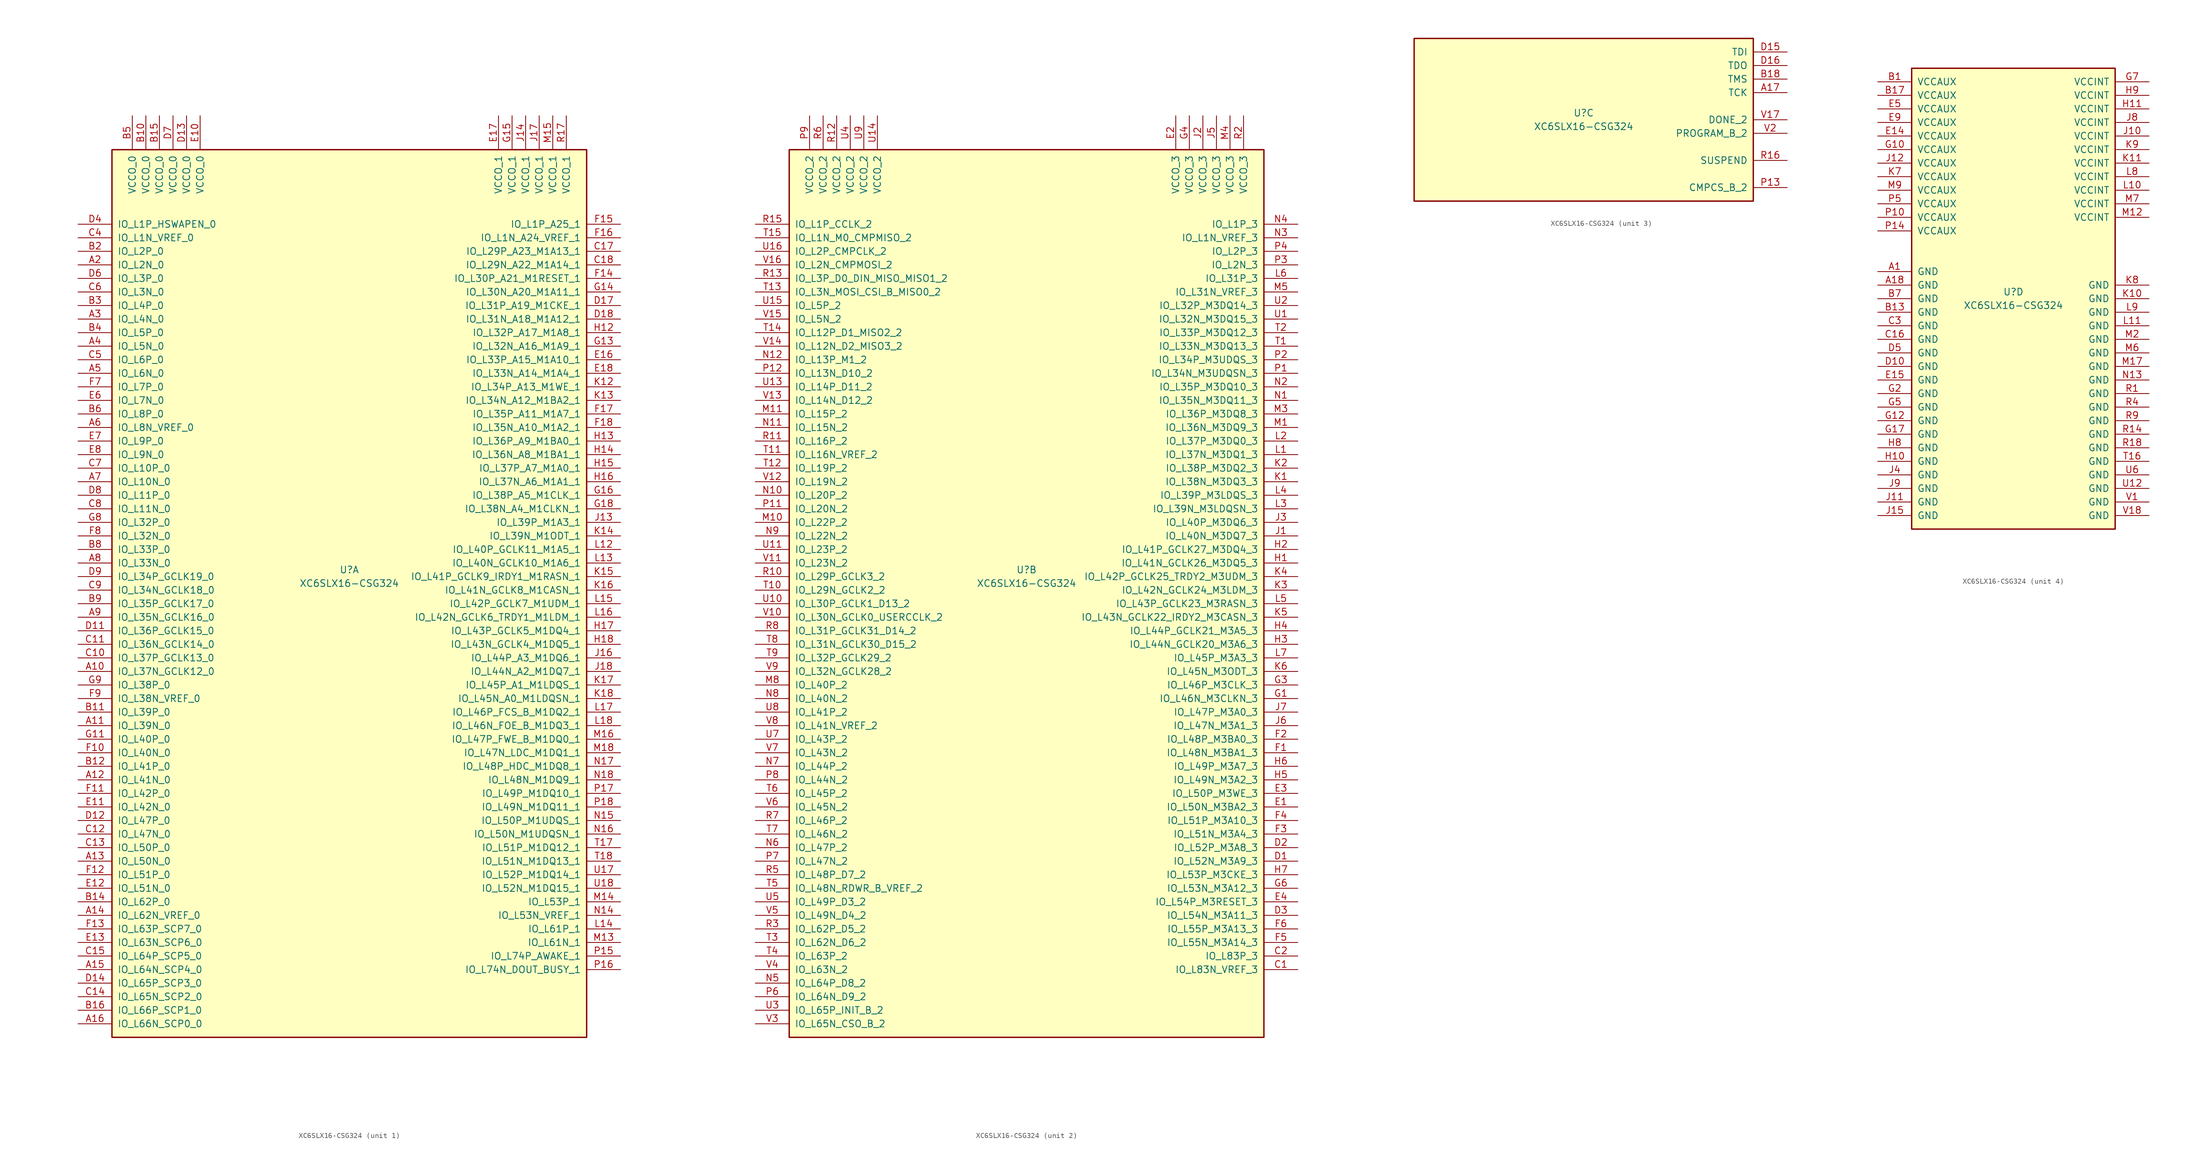
<source format=kicad_sym>
(kicad_symbol_lib
  (version 20201005)
  (generator kicad_symbol_editor)
  (symbol "XC6SLX16-CSG324"
    (pin_names
      (offset 1.016))
    (property "Reference" "U"
      (at 0 1.27 0)
      (effects (font (size 1.27 1.27))))
    (property "Value" "XC6SLX16-CSG324"
      (at 0 -1.27 0)
      (effects (font (size 1.27 1.27))))
    (property "Datasheet" ""
      (at 0 0 0)
      (effects (font (size 1.27 1.27))))
    (property "ki_locked" ""
      (at 0 0 0)
      (effects (font (size 1.27 1.27))))
    (symbol "XC6SLX16-CSG324_1_1"
      (rectangle (start -44.45 80.01) (end 44.45 -86.36) (stroke (width 0.254)) (fill (type background)))
      (pin bidirectional line (at -50.8 -17.78 0) (length 6.35) (name "IO_L37N_GCLK12_0" (effects (font (size 1.27 1.27)))) (number "A10" (effects (font (size 1.27 1.27)))))
      (pin bidirectional line (at -50.8 -27.94 0) (length 6.35) (name "IO_L39N_0" (effects (font (size 1.27 1.27)))) (number "A11" (effects (font (size 1.27 1.27)))))
      (pin bidirectional line (at -50.8 -38.1 0) (length 6.35) (name "IO_L41N_0" (effects (font (size 1.27 1.27)))) (number "A12" (effects (font (size 1.27 1.27)))))
      (pin bidirectional line (at -50.8 -53.34 0) (length 6.35) (name "IO_L50N_0" (effects (font (size 1.27 1.27)))) (number "A13" (effects (font (size 1.27 1.27)))))
      (pin bidirectional line (at -50.8 -63.5 0) (length 6.35) (name "IO_L62N_VREF_0" (effects (font (size 1.27 1.27)))) (number "A14" (effects (font (size 1.27 1.27)))))
      (pin bidirectional line (at -50.8 -73.66 0) (length 6.35) (name "IO_L64N_SCP4_0" (effects (font (size 1.27 1.27)))) (number "A15" (effects (font (size 1.27 1.27)))))
      (pin bidirectional line (at -50.8 -83.82 0) (length 6.35) (name "IO_L66N_SCP0_0" (effects (font (size 1.27 1.27)))) (number "A16" (effects (font (size 1.27 1.27)))))
      (pin bidirectional line (at -50.8 58.42 0) (length 6.35) (name "IO_L2N_0" (effects (font (size 1.27 1.27)))) (number "A2" (effects (font (size 1.27 1.27)))))
      (pin bidirectional line (at -50.8 48.26 0) (length 6.35) (name "IO_L4N_0" (effects (font (size 1.27 1.27)))) (number "A3" (effects (font (size 1.27 1.27)))))
      (pin bidirectional line (at -50.8 43.18 0) (length 6.35) (name "IO_L5N_0" (effects (font (size 1.27 1.27)))) (number "A4" (effects (font (size 1.27 1.27)))))
      (pin bidirectional line (at -50.8 38.1 0) (length 6.35) (name "IO_L6N_0" (effects (font (size 1.27 1.27)))) (number "A5" (effects (font (size 1.27 1.27)))))
      (pin bidirectional line (at -50.8 27.94 0) (length 6.35) (name "IO_L8N_VREF_0" (effects (font (size 1.27 1.27)))) (number "A6" (effects (font (size 1.27 1.27)))))
      (pin bidirectional line (at -50.8 17.78 0) (length 6.35) (name "IO_L10N_0" (effects (font (size 1.27 1.27)))) (number "A7" (effects (font (size 1.27 1.27)))))
      (pin bidirectional line (at -50.8 2.54 0) (length 6.35) (name "IO_L33N_0" (effects (font (size 1.27 1.27)))) (number "A8" (effects (font (size 1.27 1.27)))))
      (pin bidirectional line (at -50.8 -7.62 0) (length 6.35) (name "IO_L35N_GCLK16_0" (effects (font (size 1.27 1.27)))) (number "A9" (effects (font (size 1.27 1.27)))))
      (pin power_in line (at -38.1 86.36 270) (length 6.35) (name "VCCO_0" (effects (font (size 1.27 1.27)))) (number "B10" (effects (font (size 1.27 1.27)))))
      (pin bidirectional line (at -50.8 -25.4 0) (length 6.35) (name "IO_L39P_0" (effects (font (size 1.27 1.27)))) (number "B11" (effects (font (size 1.27 1.27)))))
      (pin bidirectional line (at -50.8 -35.56 0) (length 6.35) (name "IO_L41P_0" (effects (font (size 1.27 1.27)))) (number "B12" (effects (font (size 1.27 1.27)))))
      (pin bidirectional line (at -50.8 -60.96 0) (length 6.35) (name "IO_L62P_0" (effects (font (size 1.27 1.27)))) (number "B14" (effects (font (size 1.27 1.27)))))
      (pin power_in line (at -35.56 86.36 270) (length 6.35) (name "VCCO_0" (effects (font (size 1.27 1.27)))) (number "B15" (effects (font (size 1.27 1.27)))))
      (pin bidirectional line (at -50.8 -81.28 0) (length 6.35) (name "IO_L66P_SCP1_0" (effects (font (size 1.27 1.27)))) (number "B16" (effects (font (size 1.27 1.27)))))
      (pin bidirectional line (at -50.8 60.96 0) (length 6.35) (name "IO_L2P_0" (effects (font (size 1.27 1.27)))) (number "B2" (effects (font (size 1.27 1.27)))))
      (pin bidirectional line (at -50.8 50.8 0) (length 6.35) (name "IO_L4P_0" (effects (font (size 1.27 1.27)))) (number "B3" (effects (font (size 1.27 1.27)))))
      (pin bidirectional line (at -50.8 45.72 0) (length 6.35) (name "IO_L5P_0" (effects (font (size 1.27 1.27)))) (number "B4" (effects (font (size 1.27 1.27)))))
      (pin power_in line (at -40.64 86.36 270) (length 6.35) (name "VCCO_0" (effects (font (size 1.27 1.27)))) (number "B5" (effects (font (size 1.27 1.27)))))
      (pin bidirectional line (at -50.8 30.48 0) (length 6.35) (name "IO_L8P_0" (effects (font (size 1.27 1.27)))) (number "B6" (effects (font (size 1.27 1.27)))))
      (pin bidirectional line (at -50.8 5.08 0) (length 6.35) (name "IO_L33P_0" (effects (font (size 1.27 1.27)))) (number "B8" (effects (font (size 1.27 1.27)))))
      (pin bidirectional line (at -50.8 -5.08 0) (length 6.35) (name "IO_L35P_GCLK17_0" (effects (font (size 1.27 1.27)))) (number "B9" (effects (font (size 1.27 1.27)))))
      (pin bidirectional line (at -50.8 -15.24 0) (length 6.35) (name "IO_L37P_GCLK13_0" (effects (font (size 1.27 1.27)))) (number "C10" (effects (font (size 1.27 1.27)))))
      (pin bidirectional line (at -50.8 -12.7 0) (length 6.35) (name "IO_L36N_GCLK14_0" (effects (font (size 1.27 1.27)))) (number "C11" (effects (font (size 1.27 1.27)))))
      (pin bidirectional line (at -50.8 -48.26 0) (length 6.35) (name "IO_L47N_0" (effects (font (size 1.27 1.27)))) (number "C12" (effects (font (size 1.27 1.27)))))
      (pin bidirectional line (at -50.8 -50.8 0) (length 6.35) (name "IO_L50P_0" (effects (font (size 1.27 1.27)))) (number "C13" (effects (font (size 1.27 1.27)))))
      (pin bidirectional line (at -50.8 -78.74 0) (length 6.35) (name "IO_L65N_SCP2_0" (effects (font (size 1.27 1.27)))) (number "C14" (effects (font (size 1.27 1.27)))))
      (pin bidirectional line (at -50.8 -71.12 0) (length 6.35) (name "IO_L64P_SCP5_0" (effects (font (size 1.27 1.27)))) (number "C15" (effects (font (size 1.27 1.27)))))
      (pin bidirectional line (at 50.8 60.96 180) (length 6.35) (name "IO_L29P_A23_M1A13_1" (effects (font (size 1.27 1.27)))) (number "C17" (effects (font (size 1.27 1.27)))))
      (pin bidirectional line (at 50.8 58.42 180) (length 6.35) (name "IO_L29N_A22_M1A14_1" (effects (font (size 1.27 1.27)))) (number "C18" (effects (font (size 1.27 1.27)))))
      (pin bidirectional line (at -50.8 63.5 0) (length 6.35) (name "IO_L1N_VREF_0" (effects (font (size 1.27 1.27)))) (number "C4" (effects (font (size 1.27 1.27)))))
      (pin bidirectional line (at -50.8 40.64 0) (length 6.35) (name "IO_L6P_0" (effects (font (size 1.27 1.27)))) (number "C5" (effects (font (size 1.27 1.27)))))
      (pin bidirectional line (at -50.8 53.34 0) (length 6.35) (name "IO_L3N_0" (effects (font (size 1.27 1.27)))) (number "C6" (effects (font (size 1.27 1.27)))))
      (pin bidirectional line (at -50.8 20.32 0) (length 6.35) (name "IO_L10P_0" (effects (font (size 1.27 1.27)))) (number "C7" (effects (font (size 1.27 1.27)))))
      (pin bidirectional line (at -50.8 12.7 0) (length 6.35) (name "IO_L11N_0" (effects (font (size 1.27 1.27)))) (number "C8" (effects (font (size 1.27 1.27)))))
      (pin bidirectional line (at -50.8 -2.54 0) (length 6.35) (name "IO_L34N_GCLK18_0" (effects (font (size 1.27 1.27)))) (number "C9" (effects (font (size 1.27 1.27)))))
      (pin bidirectional line (at -50.8 -10.16 0) (length 6.35) (name "IO_L36P_GCLK15_0" (effects (font (size 1.27 1.27)))) (number "D11" (effects (font (size 1.27 1.27)))))
      (pin bidirectional line (at -50.8 -45.72 0) (length 6.35) (name "IO_L47P_0" (effects (font (size 1.27 1.27)))) (number "D12" (effects (font (size 1.27 1.27)))))
      (pin power_in line (at -30.48 86.36 270) (length 6.35) (name "VCCO_0" (effects (font (size 1.27 1.27)))) (number "D13" (effects (font (size 1.27 1.27)))))
      (pin bidirectional line (at -50.8 -76.2 0) (length 6.35) (name "IO_L65P_SCP3_0" (effects (font (size 1.27 1.27)))) (number "D14" (effects (font (size 1.27 1.27)))))
      (pin bidirectional line (at 50.8 50.8 180) (length 6.35) (name "IO_L31P_A19_M1CKE_1" (effects (font (size 1.27 1.27)))) (number "D17" (effects (font (size 1.27 1.27)))))
      (pin bidirectional line (at 50.8 48.26 180) (length 6.35) (name "IO_L31N_A18_M1A12_1" (effects (font (size 1.27 1.27)))) (number "D18" (effects (font (size 1.27 1.27)))))
      (pin bidirectional line (at -50.8 66.04 0) (length 6.35) (name "IO_L1P_HSWAPEN_0" (effects (font (size 1.27 1.27)))) (number "D4" (effects (font (size 1.27 1.27)))))
      (pin bidirectional line (at -50.8 55.88 0) (length 6.35) (name "IO_L3P_0" (effects (font (size 1.27 1.27)))) (number "D6" (effects (font (size 1.27 1.27)))))
      (pin power_in line (at -33.02 86.36 270) (length 6.35) (name "VCCO_0" (effects (font (size 1.27 1.27)))) (number "D7" (effects (font (size 1.27 1.27)))))
      (pin bidirectional line (at -50.8 15.24 0) (length 6.35) (name "IO_L11P_0" (effects (font (size 1.27 1.27)))) (number "D8" (effects (font (size 1.27 1.27)))))
      (pin bidirectional line (at -50.8 0 0) (length 6.35) (name "IO_L34P_GCLK19_0" (effects (font (size 1.27 1.27)))) (number "D9" (effects (font (size 1.27 1.27)))))
      (pin power_in line (at -27.94 86.36 270) (length 6.35) (name "VCCO_0" (effects (font (size 1.27 1.27)))) (number "E10" (effects (font (size 1.27 1.27)))))
      (pin bidirectional line (at -50.8 -43.18 0) (length 6.35) (name "IO_L42N_0" (effects (font (size 1.27 1.27)))) (number "E11" (effects (font (size 1.27 1.27)))))
      (pin bidirectional line (at -50.8 -58.42 0) (length 6.35) (name "IO_L51N_0" (effects (font (size 1.27 1.27)))) (number "E12" (effects (font (size 1.27 1.27)))))
      (pin bidirectional line (at -50.8 -68.58 0) (length 6.35) (name "IO_L63N_SCP6_0" (effects (font (size 1.27 1.27)))) (number "E13" (effects (font (size 1.27 1.27)))))
      (pin bidirectional line (at 50.8 40.64 180) (length 6.35) (name "IO_L33P_A15_M1A10_1" (effects (font (size 1.27 1.27)))) (number "E16" (effects (font (size 1.27 1.27)))))
      (pin power_in line (at 27.94 86.36 270) (length 6.35) (name "VCCO_1" (effects (font (size 1.27 1.27)))) (number "E17" (effects (font (size 1.27 1.27)))))
      (pin bidirectional line (at 50.8 38.1 180) (length 6.35) (name "IO_L33N_A14_M1A4_1" (effects (font (size 1.27 1.27)))) (number "E18" (effects (font (size 1.27 1.27)))))
      (pin bidirectional line (at -50.8 33.02 0) (length 6.35) (name "IO_L7N_0" (effects (font (size 1.27 1.27)))) (number "E6" (effects (font (size 1.27 1.27)))))
      (pin bidirectional line (at -50.8 25.4 0) (length 6.35) (name "IO_L9P_0" (effects (font (size 1.27 1.27)))) (number "E7" (effects (font (size 1.27 1.27)))))
      (pin bidirectional line (at -50.8 22.86 0) (length 6.35) (name "IO_L9N_0" (effects (font (size 1.27 1.27)))) (number "E8" (effects (font (size 1.27 1.27)))))
      (pin bidirectional line (at -50.8 -33.02 0) (length 6.35) (name "IO_L40N_0" (effects (font (size 1.27 1.27)))) (number "F10" (effects (font (size 1.27 1.27)))))
      (pin bidirectional line (at -50.8 -40.64 0) (length 6.35) (name "IO_L42P_0" (effects (font (size 1.27 1.27)))) (number "F11" (effects (font (size 1.27 1.27)))))
      (pin bidirectional line (at -50.8 -55.88 0) (length 6.35) (name "IO_L51P_0" (effects (font (size 1.27 1.27)))) (number "F12" (effects (font (size 1.27 1.27)))))
      (pin bidirectional line (at -50.8 -66.04 0) (length 6.35) (name "IO_L63P_SCP7_0" (effects (font (size 1.27 1.27)))) (number "F13" (effects (font (size 1.27 1.27)))))
      (pin bidirectional line (at 50.8 55.88 180) (length 6.35) (name "IO_L30P_A21_M1RESET_1" (effects (font (size 1.27 1.27)))) (number "F14" (effects (font (size 1.27 1.27)))))
      (pin bidirectional line (at 50.8 66.04 180) (length 6.35) (name "IO_L1P_A25_1" (effects (font (size 1.27 1.27)))) (number "F15" (effects (font (size 1.27 1.27)))))
      (pin bidirectional line (at 50.8 63.5 180) (length 6.35) (name "IO_L1N_A24_VREF_1" (effects (font (size 1.27 1.27)))) (number "F16" (effects (font (size 1.27 1.27)))))
      (pin bidirectional line (at 50.8 30.48 180) (length 6.35) (name "IO_L35P_A11_M1A7_1" (effects (font (size 1.27 1.27)))) (number "F17" (effects (font (size 1.27 1.27)))))
      (pin bidirectional line (at 50.8 27.94 180) (length 6.35) (name "IO_L35N_A10_M1A2_1" (effects (font (size 1.27 1.27)))) (number "F18" (effects (font (size 1.27 1.27)))))
      (pin bidirectional line (at -50.8 35.56 0) (length 6.35) (name "IO_L7P_0" (effects (font (size 1.27 1.27)))) (number "F7" (effects (font (size 1.27 1.27)))))
      (pin bidirectional line (at -50.8 7.62 0) (length 6.35) (name "IO_L32N_0" (effects (font (size 1.27 1.27)))) (number "F8" (effects (font (size 1.27 1.27)))))
      (pin bidirectional line (at -50.8 -22.86 0) (length 6.35) (name "IO_L38N_VREF_0" (effects (font (size 1.27 1.27)))) (number "F9" (effects (font (size 1.27 1.27)))))
      (pin bidirectional line (at -50.8 -30.48 0) (length 6.35) (name "IO_L40P_0" (effects (font (size 1.27 1.27)))) (number "G11" (effects (font (size 1.27 1.27)))))
      (pin bidirectional line (at 50.8 43.18 180) (length 6.35) (name "IO_L32N_A16_M1A9_1" (effects (font (size 1.27 1.27)))) (number "G13" (effects (font (size 1.27 1.27)))))
      (pin bidirectional line (at 50.8 53.34 180) (length 6.35) (name "IO_L30N_A20_M1A11_1" (effects (font (size 1.27 1.27)))) (number "G14" (effects (font (size 1.27 1.27)))))
      (pin power_in line (at 30.48 86.36 270) (length 6.35) (name "VCCO_1" (effects (font (size 1.27 1.27)))) (number "G15" (effects (font (size 1.27 1.27)))))
      (pin bidirectional line (at 50.8 15.24 180) (length 6.35) (name "IO_L38P_A5_M1CLK_1" (effects (font (size 1.27 1.27)))) (number "G16" (effects (font (size 1.27 1.27)))))
      (pin bidirectional line (at 50.8 12.7 180) (length 6.35) (name "IO_L38N_A4_M1CLKN_1" (effects (font (size 1.27 1.27)))) (number "G18" (effects (font (size 1.27 1.27)))))
      (pin bidirectional line (at -50.8 10.16 0) (length 6.35) (name "IO_L32P_0" (effects (font (size 1.27 1.27)))) (number "G8" (effects (font (size 1.27 1.27)))))
      (pin bidirectional line (at -50.8 -20.32 0) (length 6.35) (name "IO_L38P_0" (effects (font (size 1.27 1.27)))) (number "G9" (effects (font (size 1.27 1.27)))))
      (pin bidirectional line (at 50.8 45.72 180) (length 6.35) (name "IO_L32P_A17_M1A8_1" (effects (font (size 1.27 1.27)))) (number "H12" (effects (font (size 1.27 1.27)))))
      (pin bidirectional line (at 50.8 25.4 180) (length 6.35) (name "IO_L36P_A9_M1BA0_1" (effects (font (size 1.27 1.27)))) (number "H13" (effects (font (size 1.27 1.27)))))
      (pin bidirectional line (at 50.8 22.86 180) (length 6.35) (name "IO_L36N_A8_M1BA1_1" (effects (font (size 1.27 1.27)))) (number "H14" (effects (font (size 1.27 1.27)))))
      (pin bidirectional line (at 50.8 20.32 180) (length 6.35) (name "IO_L37P_A7_M1A0_1" (effects (font (size 1.27 1.27)))) (number "H15" (effects (font (size 1.27 1.27)))))
      (pin bidirectional line (at 50.8 17.78 180) (length 6.35) (name "IO_L37N_A6_M1A1_1" (effects (font (size 1.27 1.27)))) (number "H16" (effects (font (size 1.27 1.27)))))
      (pin bidirectional line (at 50.8 -10.16 180) (length 6.35) (name "IO_L43P_GCLK5_M1DQ4_1" (effects (font (size 1.27 1.27)))) (number "H17" (effects (font (size 1.27 1.27)))))
      (pin bidirectional line (at 50.8 -12.7 180) (length 6.35) (name "IO_L43N_GCLK4_M1DQ5_1" (effects (font (size 1.27 1.27)))) (number "H18" (effects (font (size 1.27 1.27)))))
      (pin bidirectional line (at 50.8 10.16 180) (length 6.35) (name "IO_L39P_M1A3_1" (effects (font (size 1.27 1.27)))) (number "J13" (effects (font (size 1.27 1.27)))))
      (pin power_in line (at 33.02 86.36 270) (length 6.35) (name "VCCO_1" (effects (font (size 1.27 1.27)))) (number "J14" (effects (font (size 1.27 1.27)))))
      (pin bidirectional line (at 50.8 -15.24 180) (length 6.35) (name "IO_L44P_A3_M1DQ6_1" (effects (font (size 1.27 1.27)))) (number "J16" (effects (font (size 1.27 1.27)))))
      (pin power_in line (at 35.56 86.36 270) (length 6.35) (name "VCCO_1" (effects (font (size 1.27 1.27)))) (number "J17" (effects (font (size 1.27 1.27)))))
      (pin bidirectional line (at 50.8 -17.78 180) (length 6.35) (name "IO_L44N_A2_M1DQ7_1" (effects (font (size 1.27 1.27)))) (number "J18" (effects (font (size 1.27 1.27)))))
      (pin bidirectional line (at 50.8 35.56 180) (length 6.35) (name "IO_L34P_A13_M1WE_1" (effects (font (size 1.27 1.27)))) (number "K12" (effects (font (size 1.27 1.27)))))
      (pin bidirectional line (at 50.8 33.02 180) (length 6.35) (name "IO_L34N_A12_M1BA2_1" (effects (font (size 1.27 1.27)))) (number "K13" (effects (font (size 1.27 1.27)))))
      (pin bidirectional line (at 50.8 7.62 180) (length 6.35) (name "IO_L39N_M1ODT_1" (effects (font (size 1.27 1.27)))) (number "K14" (effects (font (size 1.27 1.27)))))
      (pin bidirectional line (at 50.8 0 180) (length 6.35) (name "IO_L41P_GCLK9_IRDY1_M1RASN_1" (effects (font (size 1.27 1.27)))) (number "K15" (effects (font (size 1.27 1.27)))))
      (pin bidirectional line (at 50.8 -2.54 180) (length 6.35) (name "IO_L41N_GCLK8_M1CASN_1" (effects (font (size 1.27 1.27)))) (number "K16" (effects (font (size 1.27 1.27)))))
      (pin bidirectional line (at 50.8 -20.32 180) (length 6.35) (name "IO_L45P_A1_M1LDQS_1" (effects (font (size 1.27 1.27)))) (number "K17" (effects (font (size 1.27 1.27)))))
      (pin bidirectional line (at 50.8 -22.86 180) (length 6.35) (name "IO_L45N_A0_M1LDQSN_1" (effects (font (size 1.27 1.27)))) (number "K18" (effects (font (size 1.27 1.27)))))
      (pin bidirectional line (at 50.8 5.08 180) (length 6.35) (name "IO_L40P_GCLK11_M1A5_1" (effects (font (size 1.27 1.27)))) (number "L12" (effects (font (size 1.27 1.27)))))
      (pin bidirectional line (at 50.8 2.54 180) (length 6.35) (name "IO_L40N_GCLK10_M1A6_1" (effects (font (size 1.27 1.27)))) (number "L13" (effects (font (size 1.27 1.27)))))
      (pin bidirectional line (at 50.8 -66.04 180) (length 6.35) (name "IO_L61P_1" (effects (font (size 1.27 1.27)))) (number "L14" (effects (font (size 1.27 1.27)))))
      (pin bidirectional line (at 50.8 -5.08 180) (length 6.35) (name "IO_L42P_GCLK7_M1UDM_1" (effects (font (size 1.27 1.27)))) (number "L15" (effects (font (size 1.27 1.27)))))
      (pin bidirectional line (at 50.8 -7.62 180) (length 6.35) (name "IO_L42N_GCLK6_TRDY1_M1LDM_1" (effects (font (size 1.27 1.27)))) (number "L16" (effects (font (size 1.27 1.27)))))
      (pin bidirectional line (at 50.8 -25.4 180) (length 6.35) (name "IO_L46P_FCS_B_M1DQ2_1" (effects (font (size 1.27 1.27)))) (number "L17" (effects (font (size 1.27 1.27)))))
      (pin bidirectional line (at 50.8 -27.94 180) (length 6.35) (name "IO_L46N_FOE_B_M1DQ3_1" (effects (font (size 1.27 1.27)))) (number "L18" (effects (font (size 1.27 1.27)))))
      (pin bidirectional line (at 50.8 -68.58 180) (length 6.35) (name "IO_L61N_1" (effects (font (size 1.27 1.27)))) (number "M13" (effects (font (size 1.27 1.27)))))
      (pin bidirectional line (at 50.8 -60.96 180) (length 6.35) (name "IO_L53P_1" (effects (font (size 1.27 1.27)))) (number "M14" (effects (font (size 1.27 1.27)))))
      (pin power_in line (at 38.1 86.36 270) (length 6.35) (name "VCCO_1" (effects (font (size 1.27 1.27)))) (number "M15" (effects (font (size 1.27 1.27)))))
      (pin bidirectional line (at 50.8 -30.48 180) (length 6.35) (name "IO_L47P_FWE_B_M1DQ0_1" (effects (font (size 1.27 1.27)))) (number "M16" (effects (font (size 1.27 1.27)))))
      (pin bidirectional line (at 50.8 -33.02 180) (length 6.35) (name "IO_L47N_LDC_M1DQ1_1" (effects (font (size 1.27 1.27)))) (number "M18" (effects (font (size 1.27 1.27)))))
      (pin bidirectional line (at 50.8 -63.5 180) (length 6.35) (name "IO_L53N_VREF_1" (effects (font (size 1.27 1.27)))) (number "N14" (effects (font (size 1.27 1.27)))))
      (pin bidirectional line (at 50.8 -45.72 180) (length 6.35) (name "IO_L50P_M1UDQS_1" (effects (font (size 1.27 1.27)))) (number "N15" (effects (font (size 1.27 1.27)))))
      (pin bidirectional line (at 50.8 -48.26 180) (length 6.35) (name "IO_L50N_M1UDQSN_1" (effects (font (size 1.27 1.27)))) (number "N16" (effects (font (size 1.27 1.27)))))
      (pin bidirectional line (at 50.8 -35.56 180) (length 6.35) (name "IO_L48P_HDC_M1DQ8_1" (effects (font (size 1.27 1.27)))) (number "N17" (effects (font (size 1.27 1.27)))))
      (pin bidirectional line (at 50.8 -38.1 180) (length 6.35) (name "IO_L48N_M1DQ9_1" (effects (font (size 1.27 1.27)))) (number "N18" (effects (font (size 1.27 1.27)))))
      (pin bidirectional line (at 50.8 -71.12 180) (length 6.35) (name "IO_L74P_AWAKE_1" (effects (font (size 1.27 1.27)))) (number "P15" (effects (font (size 1.27 1.27)))))
      (pin bidirectional line (at 50.8 -73.66 180) (length 6.35) (name "IO_L74N_DOUT_BUSY_1" (effects (font (size 1.27 1.27)))) (number "P16" (effects (font (size 1.27 1.27)))))
      (pin bidirectional line (at 50.8 -40.64 180) (length 6.35) (name "IO_L49P_M1DQ10_1" (effects (font (size 1.27 1.27)))) (number "P17" (effects (font (size 1.27 1.27)))))
      (pin bidirectional line (at 50.8 -43.18 180) (length 6.35) (name "IO_L49N_M1DQ11_1" (effects (font (size 1.27 1.27)))) (number "P18" (effects (font (size 1.27 1.27)))))
      (pin power_in line (at 40.64 86.36 270) (length 6.35) (name "VCCO_1" (effects (font (size 1.27 1.27)))) (number "R17" (effects (font (size 1.27 1.27)))))
      (pin bidirectional line (at 50.8 -50.8 180) (length 6.35) (name "IO_L51P_M1DQ12_1" (effects (font (size 1.27 1.27)))) (number "T17" (effects (font (size 1.27 1.27)))))
      (pin bidirectional line (at 50.8 -53.34 180) (length 6.35) (name "IO_L51N_M1DQ13_1" (effects (font (size 1.27 1.27)))) (number "T18" (effects (font (size 1.27 1.27)))))
      (pin bidirectional line (at 50.8 -55.88 180) (length 6.35) (name "IO_L52P_M1DQ14_1" (effects (font (size 1.27 1.27)))) (number "U17" (effects (font (size 1.27 1.27)))))
      (pin bidirectional line (at 50.8 -58.42 180) (length 6.35) (name "IO_L52N_M1DQ15_1" (effects (font (size 1.27 1.27)))) (number "U18" (effects (font (size 1.27 1.27))))))
    (symbol "XC6SLX16-CSG324_2_1"
      (rectangle (start -44.45 80.01) (end 44.45 -86.36) (stroke (width 0.254)) (fill (type background)))
      (pin bidirectional line (at 50.8 -73.66 180) (length 6.35) (name "IO_L83N_VREF_3" (effects (font (size 1.27 1.27)))) (number "C1" (effects (font (size 1.27 1.27)))))
      (pin bidirectional line (at 50.8 -71.12 180) (length 6.35) (name "IO_L83P_3" (effects (font (size 1.27 1.27)))) (number "C2" (effects (font (size 1.27 1.27)))))
      (pin bidirectional line (at 50.8 -53.34 180) (length 6.35) (name "IO_L52N_M3A9_3" (effects (font (size 1.27 1.27)))) (number "D1" (effects (font (size 1.27 1.27)))))
      (pin bidirectional line (at 50.8 -50.8 180) (length 6.35) (name "IO_L52P_M3A8_3" (effects (font (size 1.27 1.27)))) (number "D2" (effects (font (size 1.27 1.27)))))
      (pin bidirectional line (at 50.8 -63.5 180) (length 6.35) (name "IO_L54N_M3A11_3" (effects (font (size 1.27 1.27)))) (number "D3" (effects (font (size 1.27 1.27)))))
      (pin bidirectional line (at 50.8 -43.18 180) (length 6.35) (name "IO_L50N_M3BA2_3" (effects (font (size 1.27 1.27)))) (number "E1" (effects (font (size 1.27 1.27)))))
      (pin power_in line (at 27.94 86.36 270) (length 6.35) (name "VCCO_3" (effects (font (size 1.27 1.27)))) (number "E2" (effects (font (size 1.27 1.27)))))
      (pin bidirectional line (at 50.8 -40.64 180) (length 6.35) (name "IO_L50P_M3WE_3" (effects (font (size 1.27 1.27)))) (number "E3" (effects (font (size 1.27 1.27)))))
      (pin bidirectional line (at 50.8 -60.96 180) (length 6.35) (name "IO_L54P_M3RESET_3" (effects (font (size 1.27 1.27)))) (number "E4" (effects (font (size 1.27 1.27)))))
      (pin bidirectional line (at 50.8 -33.02 180) (length 6.35) (name "IO_L48N_M3BA1_3" (effects (font (size 1.27 1.27)))) (number "F1" (effects (font (size 1.27 1.27)))))
      (pin bidirectional line (at 50.8 -30.48 180) (length 6.35) (name "IO_L48P_M3BA0_3" (effects (font (size 1.27 1.27)))) (number "F2" (effects (font (size 1.27 1.27)))))
      (pin bidirectional line (at 50.8 -48.26 180) (length 6.35) (name "IO_L51N_M3A4_3" (effects (font (size 1.27 1.27)))) (number "F3" (effects (font (size 1.27 1.27)))))
      (pin bidirectional line (at 50.8 -45.72 180) (length 6.35) (name "IO_L51P_M3A10_3" (effects (font (size 1.27 1.27)))) (number "F4" (effects (font (size 1.27 1.27)))))
      (pin bidirectional line (at 50.8 -68.58 180) (length 6.35) (name "IO_L55N_M3A14_3" (effects (font (size 1.27 1.27)))) (number "F5" (effects (font (size 1.27 1.27)))))
      (pin bidirectional line (at 50.8 -66.04 180) (length 6.35) (name "IO_L55P_M3A13_3" (effects (font (size 1.27 1.27)))) (number "F6" (effects (font (size 1.27 1.27)))))
      (pin bidirectional line (at 50.8 -22.86 180) (length 6.35) (name "IO_L46N_M3CLKN_3" (effects (font (size 1.27 1.27)))) (number "G1" (effects (font (size 1.27 1.27)))))
      (pin bidirectional line (at 50.8 -20.32 180) (length 6.35) (name "IO_L46P_M3CLK_3" (effects (font (size 1.27 1.27)))) (number "G3" (effects (font (size 1.27 1.27)))))
      (pin power_in line (at 30.48 86.36 270) (length 6.35) (name "VCCO_3" (effects (font (size 1.27 1.27)))) (number "G4" (effects (font (size 1.27 1.27)))))
      (pin bidirectional line (at 50.8 -58.42 180) (length 6.35) (name "IO_L53N_M3A12_3" (effects (font (size 1.27 1.27)))) (number "G6" (effects (font (size 1.27 1.27)))))
      (pin bidirectional line (at 50.8 2.54 180) (length 6.35) (name "IO_L41N_GCLK26_M3DQ5_3" (effects (font (size 1.27 1.27)))) (number "H1" (effects (font (size 1.27 1.27)))))
      (pin bidirectional line (at 50.8 5.08 180) (length 6.35) (name "IO_L41P_GCLK27_M3DQ4_3" (effects (font (size 1.27 1.27)))) (number "H2" (effects (font (size 1.27 1.27)))))
      (pin bidirectional line (at 50.8 -12.7 180) (length 6.35) (name "IO_L44N_GCLK20_M3A6_3" (effects (font (size 1.27 1.27)))) (number "H3" (effects (font (size 1.27 1.27)))))
      (pin bidirectional line (at 50.8 -10.16 180) (length 6.35) (name "IO_L44P_GCLK21_M3A5_3" (effects (font (size 1.27 1.27)))) (number "H4" (effects (font (size 1.27 1.27)))))
      (pin bidirectional line (at 50.8 -38.1 180) (length 6.35) (name "IO_L49N_M3A2_3" (effects (font (size 1.27 1.27)))) (number "H5" (effects (font (size 1.27 1.27)))))
      (pin bidirectional line (at 50.8 -35.56 180) (length 6.35) (name "IO_L49P_M3A7_3" (effects (font (size 1.27 1.27)))) (number "H6" (effects (font (size 1.27 1.27)))))
      (pin bidirectional line (at 50.8 -55.88 180) (length 6.35) (name "IO_L53P_M3CKE_3" (effects (font (size 1.27 1.27)))) (number "H7" (effects (font (size 1.27 1.27)))))
      (pin bidirectional line (at 50.8 7.62 180) (length 6.35) (name "IO_L40N_M3DQ7_3" (effects (font (size 1.27 1.27)))) (number "J1" (effects (font (size 1.27 1.27)))))
      (pin power_in line (at 33.02 86.36 270) (length 6.35) (name "VCCO_3" (effects (font (size 1.27 1.27)))) (number "J2" (effects (font (size 1.27 1.27)))))
      (pin bidirectional line (at 50.8 10.16 180) (length 6.35) (name "IO_L40P_M3DQ6_3" (effects (font (size 1.27 1.27)))) (number "J3" (effects (font (size 1.27 1.27)))))
      (pin power_in line (at 35.56 86.36 270) (length 6.35) (name "VCCO_3" (effects (font (size 1.27 1.27)))) (number "J5" (effects (font (size 1.27 1.27)))))
      (pin bidirectional line (at 50.8 -27.94 180) (length 6.35) (name "IO_L47N_M3A1_3" (effects (font (size 1.27 1.27)))) (number "J6" (effects (font (size 1.27 1.27)))))
      (pin bidirectional line (at 50.8 -25.4 180) (length 6.35) (name "IO_L47P_M3A0_3" (effects (font (size 1.27 1.27)))) (number "J7" (effects (font (size 1.27 1.27)))))
      (pin bidirectional line (at 50.8 17.78 180) (length 6.35) (name "IO_L38N_M3DQ3_3" (effects (font (size 1.27 1.27)))) (number "K1" (effects (font (size 1.27 1.27)))))
      (pin bidirectional line (at 50.8 20.32 180) (length 6.35) (name "IO_L38P_M3DQ2_3" (effects (font (size 1.27 1.27)))) (number "K2" (effects (font (size 1.27 1.27)))))
      (pin bidirectional line (at 50.8 -2.54 180) (length 6.35) (name "IO_L42N_GCLK24_M3LDM_3" (effects (font (size 1.27 1.27)))) (number "K3" (effects (font (size 1.27 1.27)))))
      (pin bidirectional line (at 50.8 0 180) (length 6.35) (name "IO_L42P_GCLK25_TRDY2_M3UDM_3" (effects (font (size 1.27 1.27)))) (number "K4" (effects (font (size 1.27 1.27)))))
      (pin bidirectional line (at 50.8 -7.62 180) (length 6.35) (name "IO_L43N_GCLK22_IRDY2_M3CASN_3" (effects (font (size 1.27 1.27)))) (number "K5" (effects (font (size 1.27 1.27)))))
      (pin bidirectional line (at 50.8 -17.78 180) (length 6.35) (name "IO_L45N_M3ODT_3" (effects (font (size 1.27 1.27)))) (number "K6" (effects (font (size 1.27 1.27)))))
      (pin bidirectional line (at 50.8 22.86 180) (length 6.35) (name "IO_L37N_M3DQ1_3" (effects (font (size 1.27 1.27)))) (number "L1" (effects (font (size 1.27 1.27)))))
      (pin bidirectional line (at 50.8 25.4 180) (length 6.35) (name "IO_L37P_M3DQ0_3" (effects (font (size 1.27 1.27)))) (number "L2" (effects (font (size 1.27 1.27)))))
      (pin bidirectional line (at 50.8 12.7 180) (length 6.35) (name "IO_L39N_M3LDQSN_3" (effects (font (size 1.27 1.27)))) (number "L3" (effects (font (size 1.27 1.27)))))
      (pin bidirectional line (at 50.8 15.24 180) (length 6.35) (name "IO_L39P_M3LDQS_3" (effects (font (size 1.27 1.27)))) (number "L4" (effects (font (size 1.27 1.27)))))
      (pin bidirectional line (at 50.8 -5.08 180) (length 6.35) (name "IO_L43P_GCLK23_M3RASN_3" (effects (font (size 1.27 1.27)))) (number "L5" (effects (font (size 1.27 1.27)))))
      (pin bidirectional line (at 50.8 55.88 180) (length 6.35) (name "IO_L31P_3" (effects (font (size 1.27 1.27)))) (number "L6" (effects (font (size 1.27 1.27)))))
      (pin bidirectional line (at 50.8 -15.24 180) (length 6.35) (name "IO_L45P_M3A3_3" (effects (font (size 1.27 1.27)))) (number "L7" (effects (font (size 1.27 1.27)))))
      (pin bidirectional line (at 50.8 27.94 180) (length 6.35) (name "IO_L36N_M3DQ9_3" (effects (font (size 1.27 1.27)))) (number "M1" (effects (font (size 1.27 1.27)))))
      (pin bidirectional line (at -50.8 10.16 0) (length 6.35) (name "IO_L22P_2" (effects (font (size 1.27 1.27)))) (number "M10" (effects (font (size 1.27 1.27)))))
      (pin bidirectional line (at -50.8 30.48 0) (length 6.35) (name "IO_L15P_2" (effects (font (size 1.27 1.27)))) (number "M11" (effects (font (size 1.27 1.27)))))
      (pin bidirectional line (at 50.8 30.48 180) (length 6.35) (name "IO_L36P_M3DQ8_3" (effects (font (size 1.27 1.27)))) (number "M3" (effects (font (size 1.27 1.27)))))
      (pin power_in line (at 38.1 86.36 270) (length 6.35) (name "VCCO_3" (effects (font (size 1.27 1.27)))) (number "M4" (effects (font (size 1.27 1.27)))))
      (pin bidirectional line (at 50.8 53.34 180) (length 6.35) (name "IO_L31N_VREF_3" (effects (font (size 1.27 1.27)))) (number "M5" (effects (font (size 1.27 1.27)))))
      (pin bidirectional line (at -50.8 -20.32 0) (length 6.35) (name "IO_L40P_2" (effects (font (size 1.27 1.27)))) (number "M8" (effects (font (size 1.27 1.27)))))
      (pin bidirectional line (at 50.8 33.02 180) (length 6.35) (name "IO_L35N_M3DQ11_3" (effects (font (size 1.27 1.27)))) (number "N1" (effects (font (size 1.27 1.27)))))
      (pin bidirectional line (at -50.8 15.24 0) (length 6.35) (name "IO_L20P_2" (effects (font (size 1.27 1.27)))) (number "N10" (effects (font (size 1.27 1.27)))))
      (pin bidirectional line (at -50.8 27.94 0) (length 6.35) (name "IO_L15N_2" (effects (font (size 1.27 1.27)))) (number "N11" (effects (font (size 1.27 1.27)))))
      (pin bidirectional line (at -50.8 40.64 0) (length 6.35) (name "IO_L13P_M1_2" (effects (font (size 1.27 1.27)))) (number "N12" (effects (font (size 1.27 1.27)))))
      (pin bidirectional line (at 50.8 35.56 180) (length 6.35) (name "IO_L35P_M3DQ10_3" (effects (font (size 1.27 1.27)))) (number "N2" (effects (font (size 1.27 1.27)))))
      (pin bidirectional line (at 50.8 63.5 180) (length 6.35) (name "IO_L1N_VREF_3" (effects (font (size 1.27 1.27)))) (number "N3" (effects (font (size 1.27 1.27)))))
      (pin bidirectional line (at 50.8 66.04 180) (length 6.35) (name "IO_L1P_3" (effects (font (size 1.27 1.27)))) (number "N4" (effects (font (size 1.27 1.27)))))
      (pin bidirectional line (at -50.8 -76.2 0) (length 6.35) (name "IO_L64P_D8_2" (effects (font (size 1.27 1.27)))) (number "N5" (effects (font (size 1.27 1.27)))))
      (pin bidirectional line (at -50.8 -50.8 0) (length 6.35) (name "IO_L47P_2" (effects (font (size 1.27 1.27)))) (number "N6" (effects (font (size 1.27 1.27)))))
      (pin bidirectional line (at -50.8 -35.56 0) (length 6.35) (name "IO_L44P_2" (effects (font (size 1.27 1.27)))) (number "N7" (effects (font (size 1.27 1.27)))))
      (pin bidirectional line (at -50.8 -22.86 0) (length 6.35) (name "IO_L40N_2" (effects (font (size 1.27 1.27)))) (number "N8" (effects (font (size 1.27 1.27)))))
      (pin bidirectional line (at -50.8 7.62 0) (length 6.35) (name "IO_L22N_2" (effects (font (size 1.27 1.27)))) (number "N9" (effects (font (size 1.27 1.27)))))
      (pin bidirectional line (at 50.8 38.1 180) (length 6.35) (name "IO_L34N_M3UDQSN_3" (effects (font (size 1.27 1.27)))) (number "P1" (effects (font (size 1.27 1.27)))))
      (pin bidirectional line (at -50.8 12.7 0) (length 6.35) (name "IO_L20N_2" (effects (font (size 1.27 1.27)))) (number "P11" (effects (font (size 1.27 1.27)))))
      (pin bidirectional line (at -50.8 38.1 0) (length 6.35) (name "IO_L13N_D10_2" (effects (font (size 1.27 1.27)))) (number "P12" (effects (font (size 1.27 1.27)))))
      (pin bidirectional line (at 50.8 40.64 180) (length 6.35) (name "IO_L34P_M3UDQS_3" (effects (font (size 1.27 1.27)))) (number "P2" (effects (font (size 1.27 1.27)))))
      (pin bidirectional line (at 50.8 58.42 180) (length 6.35) (name "IO_L2N_3" (effects (font (size 1.27 1.27)))) (number "P3" (effects (font (size 1.27 1.27)))))
      (pin bidirectional line (at 50.8 60.96 180) (length 6.35) (name "IO_L2P_3" (effects (font (size 1.27 1.27)))) (number "P4" (effects (font (size 1.27 1.27)))))
      (pin bidirectional line (at -50.8 -78.74 0) (length 6.35) (name "IO_L64N_D9_2" (effects (font (size 1.27 1.27)))) (number "P6" (effects (font (size 1.27 1.27)))))
      (pin bidirectional line (at -50.8 -53.34 0) (length 6.35) (name "IO_L47N_2" (effects (font (size 1.27 1.27)))) (number "P7" (effects (font (size 1.27 1.27)))))
      (pin bidirectional line (at -50.8 -38.1 0) (length 6.35) (name "IO_L44N_2" (effects (font (size 1.27 1.27)))) (number "P8" (effects (font (size 1.27 1.27)))))
      (pin power_in line (at -40.64 86.36 270) (length 6.35) (name "VCCO_2" (effects (font (size 1.27 1.27)))) (number "P9" (effects (font (size 1.27 1.27)))))
      (pin bidirectional line (at -50.8 0 0) (length 6.35) (name "IO_L29P_GCLK3_2" (effects (font (size 1.27 1.27)))) (number "R10" (effects (font (size 1.27 1.27)))))
      (pin bidirectional line (at -50.8 25.4 0) (length 6.35) (name "IO_L16P_2" (effects (font (size 1.27 1.27)))) (number "R11" (effects (font (size 1.27 1.27)))))
      (pin power_in line (at -35.56 86.36 270) (length 6.35) (name "VCCO_2" (effects (font (size 1.27 1.27)))) (number "R12" (effects (font (size 1.27 1.27)))))
      (pin bidirectional line (at -50.8 55.88 0) (length 6.35) (name "IO_L3P_D0_DIN_MISO_MISO1_2" (effects (font (size 1.27 1.27)))) (number "R13" (effects (font (size 1.27 1.27)))))
      (pin bidirectional line (at -50.8 66.04 0) (length 6.35) (name "IO_L1P_CCLK_2" (effects (font (size 1.27 1.27)))) (number "R15" (effects (font (size 1.27 1.27)))))
      (pin power_in line (at 40.64 86.36 270) (length 6.35) (name "VCCO_3" (effects (font (size 1.27 1.27)))) (number "R2" (effects (font (size 1.27 1.27)))))
      (pin bidirectional line (at -50.8 -66.04 0) (length 6.35) (name "IO_L62P_D5_2" (effects (font (size 1.27 1.27)))) (number "R3" (effects (font (size 1.27 1.27)))))
      (pin bidirectional line (at -50.8 -55.88 0) (length 6.35) (name "IO_L48P_D7_2" (effects (font (size 1.27 1.27)))) (number "R5" (effects (font (size 1.27 1.27)))))
      (pin power_in line (at -38.1 86.36 270) (length 6.35) (name "VCCO_2" (effects (font (size 1.27 1.27)))) (number "R6" (effects (font (size 1.27 1.27)))))
      (pin bidirectional line (at -50.8 -45.72 0) (length 6.35) (name "IO_L46P_2" (effects (font (size 1.27 1.27)))) (number "R7" (effects (font (size 1.27 1.27)))))
      (pin bidirectional line (at -50.8 -10.16 0) (length 6.35) (name "IO_L31P_GCLK31_D14_2" (effects (font (size 1.27 1.27)))) (number "R8" (effects (font (size 1.27 1.27)))))
      (pin bidirectional line (at 50.8 43.18 180) (length 6.35) (name "IO_L33N_M3DQ13_3" (effects (font (size 1.27 1.27)))) (number "T1" (effects (font (size 1.27 1.27)))))
      (pin bidirectional line (at -50.8 -2.54 0) (length 6.35) (name "IO_L29N_GCLK2_2" (effects (font (size 1.27 1.27)))) (number "T10" (effects (font (size 1.27 1.27)))))
      (pin bidirectional line (at -50.8 22.86 0) (length 6.35) (name "IO_L16N_VREF_2" (effects (font (size 1.27 1.27)))) (number "T11" (effects (font (size 1.27 1.27)))))
      (pin bidirectional line (at -50.8 20.32 0) (length 6.35) (name "IO_L19P_2" (effects (font (size 1.27 1.27)))) (number "T12" (effects (font (size 1.27 1.27)))))
      (pin bidirectional line (at -50.8 53.34 0) (length 6.35) (name "IO_L3N_MOSI_CSI_B_MISO0_2" (effects (font (size 1.27 1.27)))) (number "T13" (effects (font (size 1.27 1.27)))))
      (pin bidirectional line (at -50.8 45.72 0) (length 6.35) (name "IO_L12P_D1_MISO2_2" (effects (font (size 1.27 1.27)))) (number "T14" (effects (font (size 1.27 1.27)))))
      (pin bidirectional line (at -50.8 63.5 0) (length 6.35) (name "IO_L1N_M0_CMPMISO_2" (effects (font (size 1.27 1.27)))) (number "T15" (effects (font (size 1.27 1.27)))))
      (pin bidirectional line (at 50.8 45.72 180) (length 6.35) (name "IO_L33P_M3DQ12_3" (effects (font (size 1.27 1.27)))) (number "T2" (effects (font (size 1.27 1.27)))))
      (pin bidirectional line (at -50.8 -68.58 0) (length 6.35) (name "IO_L62N_D6_2" (effects (font (size 1.27 1.27)))) (number "T3" (effects (font (size 1.27 1.27)))))
      (pin bidirectional line (at -50.8 -71.12 0) (length 6.35) (name "IO_L63P_2" (effects (font (size 1.27 1.27)))) (number "T4" (effects (font (size 1.27 1.27)))))
      (pin bidirectional line (at -50.8 -58.42 0) (length 6.35) (name "IO_L48N_RDWR_B_VREF_2" (effects (font (size 1.27 1.27)))) (number "T5" (effects (font (size 1.27 1.27)))))
      (pin bidirectional line (at -50.8 -40.64 0) (length 6.35) (name "IO_L45P_2" (effects (font (size 1.27 1.27)))) (number "T6" (effects (font (size 1.27 1.27)))))
      (pin bidirectional line (at -50.8 -48.26 0) (length 6.35) (name "IO_L46N_2" (effects (font (size 1.27 1.27)))) (number "T7" (effects (font (size 1.27 1.27)))))
      (pin bidirectional line (at -50.8 -12.7 0) (length 6.35) (name "IO_L31N_GCLK30_D15_2" (effects (font (size 1.27 1.27)))) (number "T8" (effects (font (size 1.27 1.27)))))
      (pin bidirectional line (at -50.8 -15.24 0) (length 6.35) (name "IO_L32P_GCLK29_2" (effects (font (size 1.27 1.27)))) (number "T9" (effects (font (size 1.27 1.27)))))
      (pin bidirectional line (at 50.8 48.26 180) (length 6.35) (name "IO_L32N_M3DQ15_3" (effects (font (size 1.27 1.27)))) (number "U1" (effects (font (size 1.27 1.27)))))
      (pin bidirectional line (at -50.8 -5.08 0) (length 6.35) (name "IO_L30P_GCLK1_D13_2" (effects (font (size 1.27 1.27)))) (number "U10" (effects (font (size 1.27 1.27)))))
      (pin bidirectional line (at -50.8 5.08 0) (length 6.35) (name "IO_L23P_2" (effects (font (size 1.27 1.27)))) (number "U11" (effects (font (size 1.27 1.27)))))
      (pin bidirectional line (at -50.8 35.56 0) (length 6.35) (name "IO_L14P_D11_2" (effects (font (size 1.27 1.27)))) (number "U13" (effects (font (size 1.27 1.27)))))
      (pin power_in line (at -27.94 86.36 270) (length 6.35) (name "VCCO_2" (effects (font (size 1.27 1.27)))) (number "U14" (effects (font (size 1.27 1.27)))))
      (pin bidirectional line (at -50.8 50.8 0) (length 6.35) (name "IO_L5P_2" (effects (font (size 1.27 1.27)))) (number "U15" (effects (font (size 1.27 1.27)))))
      (pin bidirectional line (at -50.8 60.96 0) (length 6.35) (name "IO_L2P_CMPCLK_2" (effects (font (size 1.27 1.27)))) (number "U16" (effects (font (size 1.27 1.27)))))
      (pin bidirectional line (at 50.8 50.8 180) (length 6.35) (name "IO_L32P_M3DQ14_3" (effects (font (size 1.27 1.27)))) (number "U2" (effects (font (size 1.27 1.27)))))
      (pin bidirectional line (at -50.8 -81.28 0) (length 6.35) (name "IO_L65P_INIT_B_2" (effects (font (size 1.27 1.27)))) (number "U3" (effects (font (size 1.27 1.27)))))
      (pin power_in line (at -33.02 86.36 270) (length 6.35) (name "VCCO_2" (effects (font (size 1.27 1.27)))) (number "U4" (effects (font (size 1.27 1.27)))))
      (pin bidirectional line (at -50.8 -60.96 0) (length 6.35) (name "IO_L49P_D3_2" (effects (font (size 1.27 1.27)))) (number "U5" (effects (font (size 1.27 1.27)))))
      (pin bidirectional line (at -50.8 -30.48 0) (length 6.35) (name "IO_L43P_2" (effects (font (size 1.27 1.27)))) (number "U7" (effects (font (size 1.27 1.27)))))
      (pin bidirectional line (at -50.8 -25.4 0) (length 6.35) (name "IO_L41P_2" (effects (font (size 1.27 1.27)))) (number "U8" (effects (font (size 1.27 1.27)))))
      (pin power_in line (at -30.48 86.36 270) (length 6.35) (name "VCCO_2" (effects (font (size 1.27 1.27)))) (number "U9" (effects (font (size 1.27 1.27)))))
      (pin bidirectional line (at -50.8 -7.62 0) (length 6.35) (name "IO_L30N_GCLK0_USERCCLK_2" (effects (font (size 1.27 1.27)))) (number "V10" (effects (font (size 1.27 1.27)))))
      (pin bidirectional line (at -50.8 2.54 0) (length 6.35) (name "IO_L23N_2" (effects (font (size 1.27 1.27)))) (number "V11" (effects (font (size 1.27 1.27)))))
      (pin bidirectional line (at -50.8 17.78 0) (length 6.35) (name "IO_L19N_2" (effects (font (size 1.27 1.27)))) (number "V12" (effects (font (size 1.27 1.27)))))
      (pin bidirectional line (at -50.8 33.02 0) (length 6.35) (name "IO_L14N_D12_2" (effects (font (size 1.27 1.27)))) (number "V13" (effects (font (size 1.27 1.27)))))
      (pin bidirectional line (at -50.8 43.18 0) (length 6.35) (name "IO_L12N_D2_MISO3_2" (effects (font (size 1.27 1.27)))) (number "V14" (effects (font (size 1.27 1.27)))))
      (pin bidirectional line (at -50.8 48.26 0) (length 6.35) (name "IO_L5N_2" (effects (font (size 1.27 1.27)))) (number "V15" (effects (font (size 1.27 1.27)))))
      (pin bidirectional line (at -50.8 58.42 0) (length 6.35) (name "IO_L2N_CMPMOSI_2" (effects (font (size 1.27 1.27)))) (number "V16" (effects (font (size 1.27 1.27)))))
      (pin bidirectional line (at -50.8 -83.82 0) (length 6.35) (name "IO_L65N_CSO_B_2" (effects (font (size 1.27 1.27)))) (number "V3" (effects (font (size 1.27 1.27)))))
      (pin bidirectional line (at -50.8 -73.66 0) (length 6.35) (name "IO_L63N_2" (effects (font (size 1.27 1.27)))) (number "V4" (effects (font (size 1.27 1.27)))))
      (pin bidirectional line (at -50.8 -63.5 0) (length 6.35) (name "IO_L49N_D4_2" (effects (font (size 1.27 1.27)))) (number "V5" (effects (font (size 1.27 1.27)))))
      (pin bidirectional line (at -50.8 -43.18 0) (length 6.35) (name "IO_L45N_2" (effects (font (size 1.27 1.27)))) (number "V6" (effects (font (size 1.27 1.27)))))
      (pin bidirectional line (at -50.8 -33.02 0) (length 6.35) (name "IO_L43N_2" (effects (font (size 1.27 1.27)))) (number "V7" (effects (font (size 1.27 1.27)))))
      (pin bidirectional line (at -50.8 -27.94 0) (length 6.35) (name "IO_L41N_VREF_2" (effects (font (size 1.27 1.27)))) (number "V8" (effects (font (size 1.27 1.27)))))
      (pin bidirectional line (at -50.8 -17.78 0) (length 6.35) (name "IO_L32N_GCLK28_2" (effects (font (size 1.27 1.27)))) (number "V9" (effects (font (size 1.27 1.27))))))
    (symbol "XC6SLX16-CSG324_3_1"
      (rectangle (start -31.75 15.24) (end 31.75 -15.24) (stroke (width 0.254)) (fill (type background)))
      (pin bidirectional line (at 38.1 5.08 180) (length 6.35) (name "TCK" (effects (font (size 1.27 1.27)))) (number "A17" (effects (font (size 1.27 1.27)))))
      (pin bidirectional line (at 38.1 7.62 180) (length 6.35) (name "TMS" (effects (font (size 1.27 1.27)))) (number "B18" (effects (font (size 1.27 1.27)))))
      (pin bidirectional line (at 38.1 12.7 180) (length 6.35) (name "TDI" (effects (font (size 1.27 1.27)))) (number "D15" (effects (font (size 1.27 1.27)))))
      (pin bidirectional line (at 38.1 10.16 180) (length 6.35) (name "TDO" (effects (font (size 1.27 1.27)))) (number "D16" (effects (font (size 1.27 1.27)))))
      (pin bidirectional line (at 38.1 -12.7 180) (length 6.35) (name "CMPCS_B_2" (effects (font (size 1.27 1.27)))) (number "P13" (effects (font (size 1.27 1.27)))))
      (pin bidirectional line (at 38.1 -7.62 180) (length 6.35) (name "SUSPEND" (effects (font (size 1.27 1.27)))) (number "R16" (effects (font (size 1.27 1.27)))))
      (pin bidirectional line (at 38.1 0 180) (length 6.35) (name "DONE_2" (effects (font (size 1.27 1.27)))) (number "V17" (effects (font (size 1.27 1.27)))))
      (pin bidirectional line (at 38.1 -2.54 180) (length 6.35) (name "PROGRAM_B_2" (effects (font (size 1.27 1.27)))) (number "V2" (effects (font (size 1.27 1.27))))))
    (symbol "XC6SLX16-CSG324_4_1"
      (rectangle (start -19.05 43.18) (end 19.05 -43.18) (stroke (width 0.254)) (fill (type background)))
      (pin power_in line (at -25.4 5.08 0) (length 6.35) (name "GND" (effects (font (size 1.27 1.27)))) (number "A1" (effects (font (size 1.27 1.27)))))
      (pin power_in line (at -25.4 2.54 0) (length 6.35) (name "GND" (effects (font (size 1.27 1.27)))) (number "A18" (effects (font (size 1.27 1.27)))))
      (pin power_in line (at -25.4 40.64 0) (length 6.35) (name "VCCAUX" (effects (font (size 1.27 1.27)))) (number "B1" (effects (font (size 1.27 1.27)))))
      (pin power_in line (at -25.4 -2.54 0) (length 6.35) (name "GND" (effects (font (size 1.27 1.27)))) (number "B13" (effects (font (size 1.27 1.27)))))
      (pin power_in line (at -25.4 38.1 0) (length 6.35) (name "VCCAUX" (effects (font (size 1.27 1.27)))) (number "B17" (effects (font (size 1.27 1.27)))))
      (pin power_in line (at -25.4 0 0) (length 6.35) (name "GND" (effects (font (size 1.27 1.27)))) (number "B7" (effects (font (size 1.27 1.27)))))
      (pin power_in line (at -25.4 -7.62 0) (length 6.35) (name "GND" (effects (font (size 1.27 1.27)))) (number "C16" (effects (font (size 1.27 1.27)))))
      (pin power_in line (at -25.4 -5.08 0) (length 6.35) (name "GND" (effects (font (size 1.27 1.27)))) (number "C3" (effects (font (size 1.27 1.27)))))
      (pin power_in line (at -25.4 -12.7 0) (length 6.35) (name "GND" (effects (font (size 1.27 1.27)))) (number "D10" (effects (font (size 1.27 1.27)))))
      (pin power_in line (at -25.4 -10.16 0) (length 6.35) (name "GND" (effects (font (size 1.27 1.27)))) (number "D5" (effects (font (size 1.27 1.27)))))
      (pin power_in line (at -25.4 30.48 0) (length 6.35) (name "VCCAUX" (effects (font (size 1.27 1.27)))) (number "E14" (effects (font (size 1.27 1.27)))))
      (pin power_in line (at -25.4 -15.24 0) (length 6.35) (name "GND" (effects (font (size 1.27 1.27)))) (number "E15" (effects (font (size 1.27 1.27)))))
      (pin power_in line (at -25.4 35.56 0) (length 6.35) (name "VCCAUX" (effects (font (size 1.27 1.27)))) (number "E5" (effects (font (size 1.27 1.27)))))
      (pin power_in line (at -25.4 33.02 0) (length 6.35) (name "VCCAUX" (effects (font (size 1.27 1.27)))) (number "E9" (effects (font (size 1.27 1.27)))))
      (pin power_in line (at -25.4 27.94 0) (length 6.35) (name "VCCAUX" (effects (font (size 1.27 1.27)))) (number "G10" (effects (font (size 1.27 1.27)))))
      (pin power_in line (at -25.4 -22.86 0) (length 6.35) (name "GND" (effects (font (size 1.27 1.27)))) (number "G12" (effects (font (size 1.27 1.27)))))
      (pin power_in line (at -25.4 -25.4 0) (length 6.35) (name "GND" (effects (font (size 1.27 1.27)))) (number "G17" (effects (font (size 1.27 1.27)))))
      (pin power_in line (at -25.4 -17.78 0) (length 6.35) (name "GND" (effects (font (size 1.27 1.27)))) (number "G2" (effects (font (size 1.27 1.27)))))
      (pin power_in line (at -25.4 -20.32 0) (length 6.35) (name "GND" (effects (font (size 1.27 1.27)))) (number "G5" (effects (font (size 1.27 1.27)))))
      (pin power_in line (at 25.4 40.64 180) (length 6.35) (name "VCCINT" (effects (font (size 1.27 1.27)))) (number "G7" (effects (font (size 1.27 1.27)))))
      (pin power_in line (at -25.4 -30.48 0) (length 6.35) (name "GND" (effects (font (size 1.27 1.27)))) (number "H10" (effects (font (size 1.27 1.27)))))
      (pin power_in line (at 25.4 35.56 180) (length 6.35) (name "VCCINT" (effects (font (size 1.27 1.27)))) (number "H11" (effects (font (size 1.27 1.27)))))
      (pin power_in line (at -25.4 -27.94 0) (length 6.35) (name "GND" (effects (font (size 1.27 1.27)))) (number "H8" (effects (font (size 1.27 1.27)))))
      (pin power_in line (at 25.4 38.1 180) (length 6.35) (name "VCCINT" (effects (font (size 1.27 1.27)))) (number "H9" (effects (font (size 1.27 1.27)))))
      (pin power_in line (at 25.4 30.48 180) (length 6.35) (name "VCCINT" (effects (font (size 1.27 1.27)))) (number "J10" (effects (font (size 1.27 1.27)))))
      (pin power_in line (at -25.4 -38.1 0) (length 6.35) (name "GND" (effects (font (size 1.27 1.27)))) (number "J11" (effects (font (size 1.27 1.27)))))
      (pin power_in line (at -25.4 25.4 0) (length 6.35) (name "VCCAUX" (effects (font (size 1.27 1.27)))) (number "J12" (effects (font (size 1.27 1.27)))))
      (pin power_in line (at -25.4 -40.64 0) (length 6.35) (name "GND" (effects (font (size 1.27 1.27)))) (number "J15" (effects (font (size 1.27 1.27)))))
      (pin power_in line (at -25.4 -33.02 0) (length 6.35) (name "GND" (effects (font (size 1.27 1.27)))) (number "J4" (effects (font (size 1.27 1.27)))))
      (pin power_in line (at 25.4 33.02 180) (length 6.35) (name "VCCINT" (effects (font (size 1.27 1.27)))) (number "J8" (effects (font (size 1.27 1.27)))))
      (pin power_in line (at -25.4 -35.56 0) (length 6.35) (name "GND" (effects (font (size 1.27 1.27)))) (number "J9" (effects (font (size 1.27 1.27)))))
      (pin power_in line (at 25.4 0 180) (length 6.35) (name "GND" (effects (font (size 1.27 1.27)))) (number "K10" (effects (font (size 1.27 1.27)))))
      (pin power_in line (at 25.4 25.4 180) (length 6.35) (name "VCCINT" (effects (font (size 1.27 1.27)))) (number "K11" (effects (font (size 1.27 1.27)))))
      (pin power_in line (at -25.4 22.86 0) (length 6.35) (name "VCCAUX" (effects (font (size 1.27 1.27)))) (number "K7" (effects (font (size 1.27 1.27)))))
      (pin power_in line (at 25.4 2.54 180) (length 6.35) (name "GND" (effects (font (size 1.27 1.27)))) (number "K8" (effects (font (size 1.27 1.27)))))
      (pin power_in line (at 25.4 27.94 180) (length 6.35) (name "VCCINT" (effects (font (size 1.27 1.27)))) (number "K9" (effects (font (size 1.27 1.27)))))
      (pin power_in line (at 25.4 20.32 180) (length 6.35) (name "VCCINT" (effects (font (size 1.27 1.27)))) (number "L10" (effects (font (size 1.27 1.27)))))
      (pin power_in line (at 25.4 -5.08 180) (length 6.35) (name "GND" (effects (font (size 1.27 1.27)))) (number "L11" (effects (font (size 1.27 1.27)))))
      (pin power_in line (at 25.4 22.86 180) (length 6.35) (name "VCCINT" (effects (font (size 1.27 1.27)))) (number "L8" (effects (font (size 1.27 1.27)))))
      (pin power_in line (at 25.4 -2.54 180) (length 6.35) (name "GND" (effects (font (size 1.27 1.27)))) (number "L9" (effects (font (size 1.27 1.27)))))
      (pin power_in line (at 25.4 15.24 180) (length 6.35) (name "VCCINT" (effects (font (size 1.27 1.27)))) (number "M12" (effects (font (size 1.27 1.27)))))
      (pin power_in line (at 25.4 -12.7 180) (length 6.35) (name "GND" (effects (font (size 1.27 1.27)))) (number "M17" (effects (font (size 1.27 1.27)))))
      (pin power_in line (at 25.4 -7.62 180) (length 6.35) (name "GND" (effects (font (size 1.27 1.27)))) (number "M2" (effects (font (size 1.27 1.27)))))
      (pin power_in line (at 25.4 -10.16 180) (length 6.35) (name "GND" (effects (font (size 1.27 1.27)))) (number "M6" (effects (font (size 1.27 1.27)))))
      (pin power_in line (at 25.4 17.78 180) (length 6.35) (name "VCCINT" (effects (font (size 1.27 1.27)))) (number "M7" (effects (font (size 1.27 1.27)))))
      (pin power_in line (at -25.4 20.32 0) (length 6.35) (name "VCCAUX" (effects (font (size 1.27 1.27)))) (number "M9" (effects (font (size 1.27 1.27)))))
      (pin power_in line (at 25.4 -15.24 180) (length 6.35) (name "GND" (effects (font (size 1.27 1.27)))) (number "N13" (effects (font (size 1.27 1.27)))))
      (pin power_in line (at -25.4 15.24 0) (length 6.35) (name "VCCAUX" (effects (font (size 1.27 1.27)))) (number "P10" (effects (font (size 1.27 1.27)))))
      (pin power_in line (at -25.4 12.7 0) (length 6.35) (name "VCCAUX" (effects (font (size 1.27 1.27)))) (number "P14" (effects (font (size 1.27 1.27)))))
      (pin power_in line (at -25.4 17.78 0) (length 6.35) (name "VCCAUX" (effects (font (size 1.27 1.27)))) (number "P5" (effects (font (size 1.27 1.27)))))
      (pin power_in line (at 25.4 -17.78 180) (length 6.35) (name "GND" (effects (font (size 1.27 1.27)))) (number "R1" (effects (font (size 1.27 1.27)))))
      (pin power_in line (at 25.4 -25.4 180) (length 6.35) (name "GND" (effects (font (size 1.27 1.27)))) (number "R14" (effects (font (size 1.27 1.27)))))
      (pin power_in line (at 25.4 -27.94 180) (length 6.35) (name "GND" (effects (font (size 1.27 1.27)))) (number "R18" (effects (font (size 1.27 1.27)))))
      (pin power_in line (at 25.4 -20.32 180) (length 6.35) (name "GND" (effects (font (size 1.27 1.27)))) (number "R4" (effects (font (size 1.27 1.27)))))
      (pin power_in line (at 25.4 -22.86 180) (length 6.35) (name "GND" (effects (font (size 1.27 1.27)))) (number "R9" (effects (font (size 1.27 1.27)))))
      (pin power_in line (at 25.4 -30.48 180) (length 6.35) (name "GND" (effects (font (size 1.27 1.27)))) (number "T16" (effects (font (size 1.27 1.27)))))
      (pin power_in line (at 25.4 -35.56 180) (length 6.35) (name "GND" (effects (font (size 1.27 1.27)))) (number "U12" (effects (font (size 1.27 1.27)))))
      (pin power_in line (at 25.4 -33.02 180) (length 6.35) (name "GND" (effects (font (size 1.27 1.27)))) (number "U6" (effects (font (size 1.27 1.27)))))
      (pin power_in line (at 25.4 -38.1 180) (length 6.35) (name "GND" (effects (font (size 1.27 1.27)))) (number "V1" (effects (font (size 1.27 1.27)))))
      (pin power_in line (at 25.4 -40.64 180) (length 6.35) (name "GND" (effects (font (size 1.27 1.27)))) (number "V18" (effects (font (size 1.27 1.27))))))))
</source>
